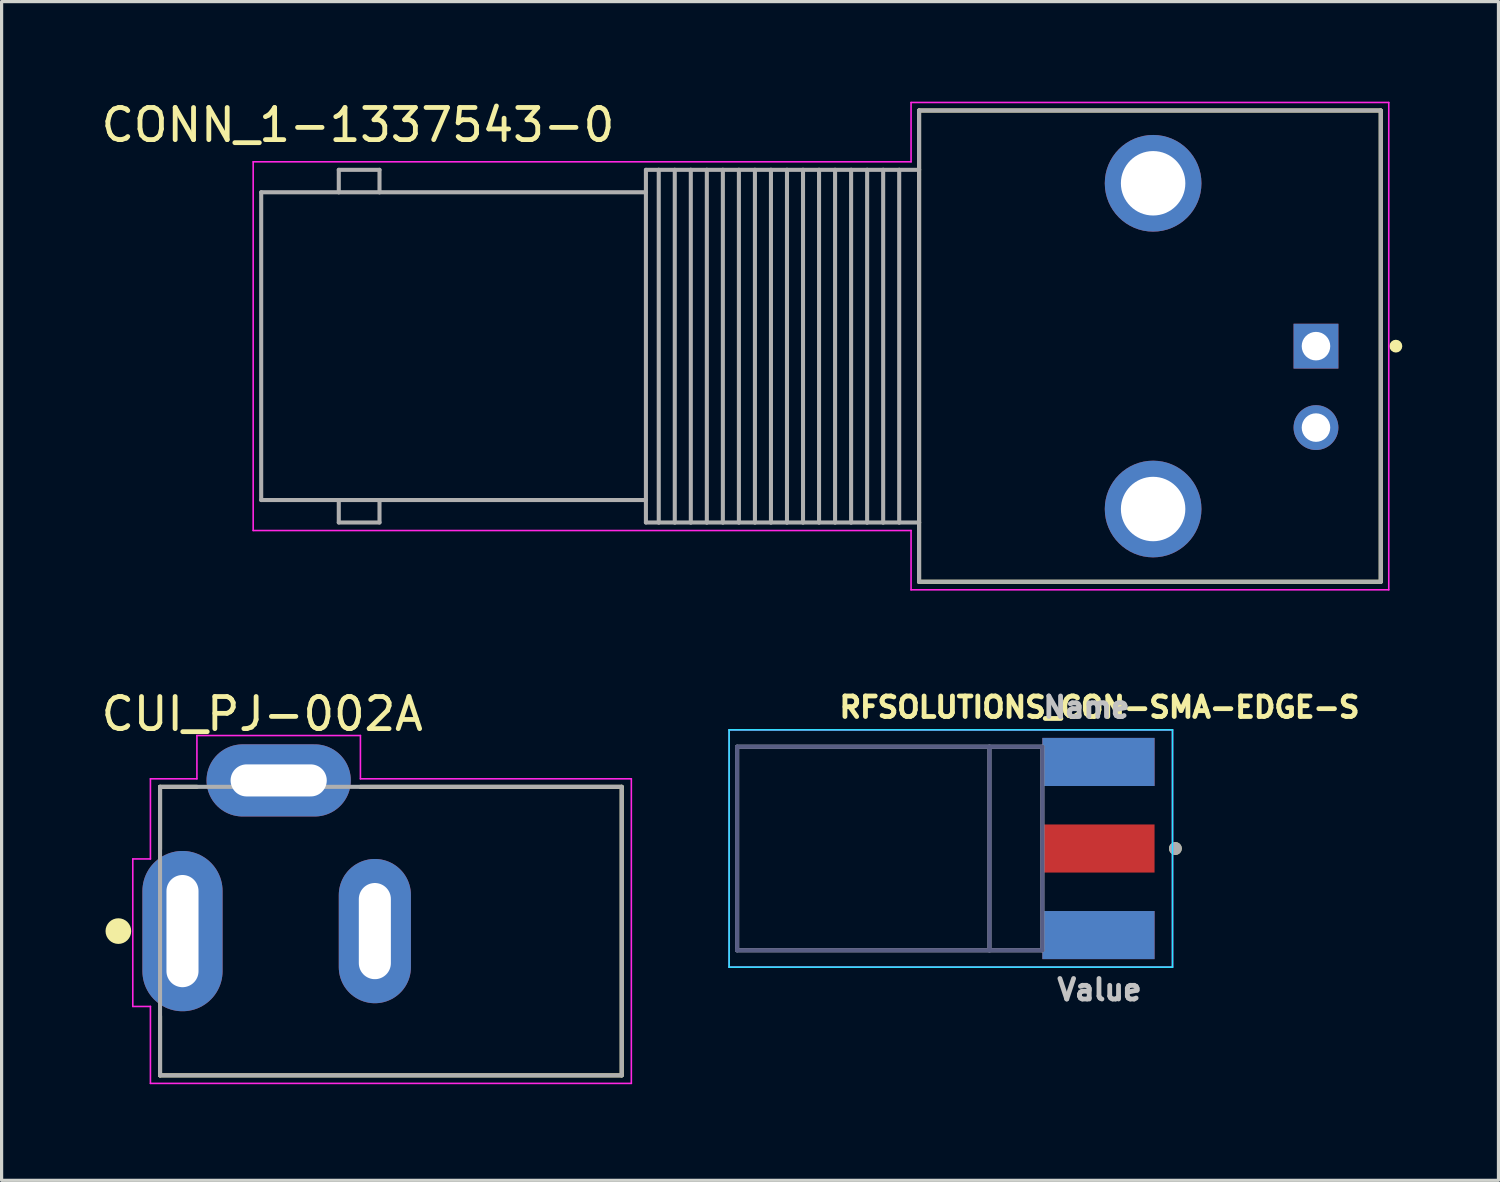
<source format=kicad_pcb>
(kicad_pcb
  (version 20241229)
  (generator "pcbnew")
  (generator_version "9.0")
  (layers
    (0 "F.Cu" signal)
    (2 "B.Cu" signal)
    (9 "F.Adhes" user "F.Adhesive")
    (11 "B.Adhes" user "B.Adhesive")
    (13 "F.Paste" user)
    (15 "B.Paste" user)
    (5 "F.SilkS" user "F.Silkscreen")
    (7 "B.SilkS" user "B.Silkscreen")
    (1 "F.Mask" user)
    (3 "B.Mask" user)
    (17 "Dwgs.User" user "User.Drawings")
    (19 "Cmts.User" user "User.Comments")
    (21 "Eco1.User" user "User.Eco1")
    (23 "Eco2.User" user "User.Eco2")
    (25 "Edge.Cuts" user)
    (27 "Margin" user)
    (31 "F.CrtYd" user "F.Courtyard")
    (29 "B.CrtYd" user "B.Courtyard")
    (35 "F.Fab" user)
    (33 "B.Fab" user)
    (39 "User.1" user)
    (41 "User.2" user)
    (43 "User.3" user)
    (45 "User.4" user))
  (footprint "CONN_1-1337543-0"
    (layer "F.Cu")
    (at 37.997 7.747)
    (property "Reference" "CONN_1-1337543-0" (at -29.881 -6.898 0) (layer "F.SilkS") (effects (font (size 1.002 1.002) (thickness 0.15))))
    (attr through_hole)
    (fp_line (start -12.38 -7.35) (end 2.02 -7.35) (stroke (width 0.127) (type solid)) (layer "F.SilkS"))
    (fp_line (start -12.38 -5.5) (end -12.38 -7.35) (stroke (width 0.127) (type solid)) (layer "F.SilkS"))
    (fp_line (start -12.38 5.5) (end -12.38 -5.5) (stroke (width 0.127) (type solid)) (layer "F.SilkS"))
    (fp_line (start -12.38 7.35) (end -12.38 5.5) (stroke (width 0.127) (type solid)) (layer "F.SilkS"))
    (fp_line (start 2.02 -7.35) (end 2.02 7.35) (stroke (width 0.127) (type solid)) (layer "F.SilkS"))
    (fp_line (start 2.02 7.35) (end -12.38 7.35) (stroke (width 0.127) (type solid)) (layer "F.SilkS"))
    (fp_circle (center 2.492 0) (end 2.592 0) (stroke (width 0.2) (type solid)) (fill no) (layer "F.SilkS"))
    (fp_line (start -33.15 -5.75) (end -12.63 -5.75) (stroke (width 0.05) (type solid)) (layer "F.CrtYd"))
    (fp_line (start -33.15 5.75) (end -33.15 -5.75) (stroke (width 0.05) (type solid)) (layer "F.CrtYd"))
    (fp_line (start -12.63 -7.6) (end 2.27 -7.6) (stroke (width 0.05) (type solid)) (layer "F.CrtYd"))
    (fp_line (start -12.63 -5.75) (end -12.63 -7.6) (stroke (width 0.05) (type solid)) (layer "F.CrtYd"))
    (fp_line (start -12.63 5.75) (end -33.15 5.75) (stroke (width 0.05) (type solid)) (layer "F.CrtYd"))
    (fp_line (start -12.63 7.6) (end -12.63 5.75) (stroke (width 0.05) (type solid)) (layer "F.CrtYd"))
    (fp_line (start 2.27 -7.6) (end 2.27 7.6) (stroke (width 0.05) (type solid)) (layer "F.CrtYd"))
    (fp_line (start 2.27 7.6) (end -12.63 7.6) (stroke (width 0.05) (type solid)) (layer "F.CrtYd"))
    (fp_line (start -32.9 -4.8) (end -32.9 4.8) (stroke (width 0.127) (type solid)) (layer "F.Fab"))
    (fp_line (start -32.9 4.8) (end -30.48 4.8) (stroke (width 0.127) (type solid)) (layer "F.Fab"))
    (fp_line (start -30.48 -5.5) (end -30.48 -4.8) (stroke (width 0.127) (type solid)) (layer "F.Fab"))
    (fp_line (start -30.48 -5.5) (end -29.21 -5.5) (stroke (width 0.127) (type solid)) (layer "F.Fab"))
    (fp_line (start -30.48 -4.8) (end -32.9 -4.8) (stroke (width 0.127) (type solid)) (layer "F.Fab"))
    (fp_line (start -30.48 4.8) (end -30.48 5.5) (stroke (width 0.127) (type solid)) (layer "F.Fab"))
    (fp_line (start -30.48 4.8) (end -29.21 4.8) (stroke (width 0.127) (type solid)) (layer "F.Fab"))
    (fp_line (start -30.48 5.5) (end -29.21 5.5) (stroke (width 0.127) (type solid)) (layer "F.Fab"))
    (fp_line (start -29.21 -5.5) (end -29.21 -4.8) (stroke (width 0.127) (type solid)) (layer "F.Fab"))
    (fp_line (start -29.21 -4.8) (end -30.48 -4.8) (stroke (width 0.127) (type solid)) (layer "F.Fab"))
    (fp_line (start -29.21 4.8) (end -20.9 4.8) (stroke (width 0.127) (type solid)) (layer "F.Fab"))
    (fp_line (start -29.21 5.5) (end -29.21 4.8) (stroke (width 0.127) (type solid)) (layer "F.Fab"))
    (fp_line (start -20.9 -5.5) (end -20.9 5.5) (stroke (width 0.127) (type solid)) (layer "F.Fab"))
    (fp_line (start -20.9 -4.8) (end -29.21 -4.8) (stroke (width 0.127) (type solid)) (layer "F.Fab"))
    (fp_line (start -20.9 5.5) (end -20.5 5.5) (stroke (width 0.127) (type solid)) (layer "F.Fab"))
    (fp_line (start -20.5 -5.5) (end -20.9 -5.5) (stroke (width 0.127) (type solid)) (layer "F.Fab"))
    (fp_line (start -20.5 -5.5) (end -20.5 5.5) (stroke (width 0.127) (type solid)) (layer "F.Fab"))
    (fp_line (start -20.5 5.5) (end -20 5.5) (stroke (width 0.127) (type solid)) (layer "F.Fab"))
    (fp_line (start -20 -5.5) (end -20.5 -5.5) (stroke (width 0.127) (type solid)) (layer "F.Fab"))
    (fp_line (start -20 -5.5) (end -20 5.5) (stroke (width 0.127) (type solid)) (layer "F.Fab"))
    (fp_line (start -20 5.5) (end -19.5 5.5) (stroke (width 0.127) (type solid)) (layer "F.Fab"))
    (fp_line (start -19.5 -5.5) (end -20 -5.5) (stroke (width 0.127) (type solid)) (layer "F.Fab"))
    (fp_line (start -19.5 -5.5) (end -19.5 5.5) (stroke (width 0.127) (type solid)) (layer "F.Fab"))
    (fp_line (start -19.5 5.5) (end -19 5.5) (stroke (width 0.127) (type solid)) (layer "F.Fab"))
    (fp_line (start -19 -5.5) (end -19.5 -5.5) (stroke (width 0.127) (type solid)) (layer "F.Fab"))
    (fp_line (start -19 -5.5) (end -19 5.5) (stroke (width 0.127) (type solid)) (layer "F.Fab"))
    (fp_line (start -19 5.5) (end -18.5 5.5) (stroke (width 0.127) (type solid)) (layer "F.Fab"))
    (fp_line (start -18.5 -5.5) (end -19 -5.5) (stroke (width 0.127) (type solid)) (layer "F.Fab"))
    (fp_line (start -18.5 -5.5) (end -18.5 5.5) (stroke (width 0.127) (type solid)) (layer "F.Fab"))
    (fp_line (start -18.5 5.5) (end -18 5.5) (stroke (width 0.127) (type solid)) (layer "F.Fab"))
    (fp_line (start -18 -5.5) (end -18.5 -5.5) (stroke (width 0.127) (type solid)) (layer "F.Fab"))
    (fp_line (start -18 -5.5) (end -18 5.5) (stroke (width 0.127) (type solid)) (layer "F.Fab"))
    (fp_line (start -18 5.5) (end -17.5 5.5) (stroke (width 0.127) (type solid)) (layer "F.Fab"))
    (fp_line (start -17.5 -5.5) (end -18 -5.5) (stroke (width 0.127) (type solid)) (layer "F.Fab"))
    (fp_line (start -17.5 -5.5) (end -17.5 5.5) (stroke (width 0.127) (type solid)) (layer "F.Fab"))
    (fp_line (start -17.5 5.5) (end -17 5.5) (stroke (width 0.127) (type solid)) (layer "F.Fab"))
    (fp_line (start -17 -5.5) (end -17.5 -5.5) (stroke (width 0.127) (type solid)) (layer "F.Fab"))
    (fp_line (start -17 -5.5) (end -17 5.5) (stroke (width 0.127) (type solid)) (layer "F.Fab"))
    (fp_line (start -17 5.5) (end -16.5 5.5) (stroke (width 0.127) (type solid)) (layer "F.Fab"))
    (fp_line (start -16.5 -5.5) (end -17 -5.5) (stroke (width 0.127) (type solid)) (layer "F.Fab"))
    (fp_line (start -16.5 -5.5) (end -16.5 5.5) (stroke (width 0.127) (type solid)) (layer "F.Fab"))
    (fp_line (start -16.5 5.5) (end -16 5.5) (stroke (width 0.127) (type solid)) (layer "F.Fab"))
    (fp_line (start -16 -5.5) (end -16.5 -5.5) (stroke (width 0.127) (type solid)) (layer "F.Fab"))
    (fp_line (start -16 -5.5) (end -16 5.5) (stroke (width 0.127) (type solid)) (layer "F.Fab"))
    (fp_line (start -16 5.5) (end -15.5 5.5) (stroke (width 0.127) (type solid)) (layer "F.Fab"))
    (fp_line (start -15.5 -5.5) (end -16 -5.5) (stroke (width 0.127) (type solid)) (layer "F.Fab"))
    (fp_line (start -15.5 -5.5) (end -15.5 5.5) (stroke (width 0.127) (type solid)) (layer "F.Fab"))
    (fp_line (start -15.5 5.5) (end -15 5.5) (stroke (width 0.127) (type solid)) (layer "F.Fab"))
    (fp_line (start -15 -5.5) (end -15.5 -5.5) (stroke (width 0.127) (type solid)) (layer "F.Fab"))
    (fp_line (start -15 -5.5) (end -15 5.5) (stroke (width 0.127) (type solid)) (layer "F.Fab"))
    (fp_line (start -15 5.5) (end -14.5 5.5) (stroke (width 0.127) (type solid)) (layer "F.Fab"))
    (fp_line (start -14.5 -5.5) (end -15 -5.5) (stroke (width 0.127) (type solid)) (layer "F.Fab"))
    (fp_line (start -14.5 -5.5) (end -14.5 5.5) (stroke (width 0.127) (type solid)) (layer "F.Fab"))
    (fp_line (start -14.5 5.5) (end -14 5.5) (stroke (width 0.127) (type solid)) (layer "F.Fab"))
    (fp_line (start -14 -5.5) (end -14.5 -5.5) (stroke (width 0.127) (type solid)) (layer "F.Fab"))
    (fp_line (start -14 -5.5) (end -14 5.5) (stroke (width 0.127) (type solid)) (layer "F.Fab"))
    (fp_line (start -14 5.5) (end -13.5 5.5) (stroke (width 0.127) (type solid)) (layer "F.Fab"))
    (fp_line (start -13.5 -5.5) (end -14 -5.5) (stroke (width 0.127) (type solid)) (layer "F.Fab"))
    (fp_line (start -13.5 -5.5) (end -13.5 5.5) (stroke (width 0.127) (type solid)) (layer "F.Fab"))
    (fp_line (start -13.5 5.5) (end -13 5.5) (stroke (width 0.127) (type solid)) (layer "F.Fab"))
    (fp_line (start -13 -5.5) (end -13.5 -5.5) (stroke (width 0.127) (type solid)) (layer "F.Fab"))
    (fp_line (start -13 -5.5) (end -13 5.5) (stroke (width 0.127) (type solid)) (layer "F.Fab"))
    (fp_line (start -13 5.5) (end -12.38 5.5) (stroke (width 0.127) (type solid)) (layer "F.Fab"))
    (fp_line (start -12.38 -7.35) (end 2.02 -7.35) (stroke (width 0.127) (type solid)) (layer "F.Fab"))
    (fp_line (start -12.38 -5.5) (end -13 -5.5) (stroke (width 0.127) (type solid)) (layer "F.Fab"))
    (fp_line (start -12.38 -5.5) (end -12.38 -7.35) (stroke (width 0.127) (type solid)) (layer "F.Fab"))
    (fp_line (start -12.38 5.5) (end -12.38 -5.5) (stroke (width 0.127) (type solid)) (layer "F.Fab"))
    (fp_line (start -12.38 7.35) (end -12.38 5.5) (stroke (width 0.127) (type solid)) (layer "F.Fab"))
    (fp_line (start 2.02 -7.35) (end 2.02 7.35) (stroke (width 0.127) (type solid)) (layer "F.Fab"))
    (fp_line (start 2.02 7.35) (end -12.38 7.35) (stroke (width 0.127) (type solid)) (layer "F.Fab"))
    (pad "1" thru_hole rect (at 0 0) (size 1.398 1.398) (drill 0.89) (layers "*.Cu" "*.Mask"))
    (pad "2" thru_hole circle (at 0 2.54) (size 1.398 1.398) (drill 0.89) (layers "*.Cu" "*.Mask"))
    (pad "P1" thru_hole circle (at -5.08 5.08) (size 3.015 3.015) (drill 2.01) (layers "*.Cu" "*.Mask"))
    (pad "P2" thru_hole circle (at -5.08 -5.08) (size 3.015 3.015) (drill 2.01) (layers "*.Cu" "*.Mask")))
  (footprint "RFSOLUTIONS_CON-SMA-EDGE-S"
    (layer "F.Cu")
    (at 31.212 23.416)
    (property "Reference" "RFSOLUTIONS_CON-SMA-EDGE-S" (at 0.032 -4.406 0) (layer "F.SilkS") (effects (font (size 0.64 0.64) (thickness 0.15))))
    (attr through_hole)
    (fp_circle (center 2.4 0) (end 2.5 0) (stroke (width 0.2) (type solid)) (fill no) (layer "F.SilkS"))
    (fp_line (start -11.52 -3.7) (end -11.52 3.7) (stroke (width 0.05) (type solid)) (layer "B.CrtYd"))
    (fp_line (start -11.52 3.7) (end 2.31 3.7) (stroke (width 0.05) (type solid)) (layer "B.CrtYd"))
    (fp_line (start 2.31 -3.7) (end -11.52 -3.7) (stroke (width 0.05) (type solid)) (layer "B.CrtYd"))
    (fp_line (start 2.31 3.7) (end 2.31 -3.7) (stroke (width 0.05) (type solid)) (layer "B.CrtYd"))
    (fp_line (start -11.52 -3.7) (end 2.31 -3.7) (stroke (width 0.05) (type solid)) (layer "F.CrtYd"))
    (fp_line (start -11.52 3.7) (end -11.52 -3.7) (stroke (width 0.05) (type solid)) (layer "F.CrtYd"))
    (fp_line (start 2.31 -3.7) (end 2.31 3.7) (stroke (width 0.05) (type solid)) (layer "F.CrtYd"))
    (fp_line (start 2.31 3.7) (end -11.52 3.7) (stroke (width 0.05) (type solid)) (layer "F.CrtYd"))
    (fp_line (start -11.27 -3.175) (end -3.4 -3.175) (stroke (width 0.127) (type solid)) (layer "B.Fab"))
    (fp_line (start -11.27 3.175) (end -11.27 -3.175) (stroke (width 0.127) (type solid)) (layer "B.Fab"))
    (fp_line (start -3.4 -3.175) (end -3.4 3.175) (stroke (width 0.127) (type solid)) (layer "B.Fab"))
    (fp_line (start -3.4 3.175) (end -11.27 3.175) (stroke (width 0.127) (type solid)) (layer "B.Fab"))
    (fp_line (start -3.4 3.175) (end -1.75 3.175) (stroke (width 0.127) (type solid)) (layer "B.Fab"))
    (fp_line (start -1.75 -3.175) (end -3.4 -3.175) (stroke (width 0.127) (type solid)) (layer "B.Fab"))
    (fp_line (start -1.75 3.175) (end -1.75 -3.175) (stroke (width 0.127) (type solid)) (layer "B.Fab"))
    (fp_line (start -11.27 -3.175) (end -11.27 3.175) (stroke (width 0.127) (type solid)) (layer "F.Fab"))
    (fp_line (start -11.27 3.175) (end -3.4 3.175) (stroke (width 0.127) (type solid)) (layer "F.Fab"))
    (fp_line (start -3.4 -3.175) (end -11.27 -3.175) (stroke (width 0.127) (type solid)) (layer "F.Fab"))
    (fp_line (start -3.4 -3.175) (end -1.75 -3.175) (stroke (width 0.127) (type solid)) (layer "F.Fab"))
    (fp_line (start -3.4 3.175) (end -3.4 -3.175) (stroke (width 0.127) (type solid)) (layer "F.Fab"))
    (fp_line (start -1.75 -3.175) (end -1.75 3.175) (stroke (width 0.127) (type solid)) (layer "F.Fab"))
    (fp_line (start -1.75 3.175) (end -3.4 3.175) (stroke (width 0.127) (type solid)) (layer "F.Fab"))
    (fp_circle (center 2.4 0) (end 2.5 0) (stroke (width 0.2) (type solid)) (fill no) (layer "F.Fab"))
    (fp_text user "Value" (at 0.032 4.406 0) (layer "Dwgs.User") (effects (font (size 0.64 0.64) (thickness 0.15))))
    (fp_text user "Name" (at -0.374 -4.406 0) (layer "Dwgs.User") (effects (font (size 0.64 0.64) (thickness 0.15))))
    (pad "1" smd rect (at 0 0) (size 3.5 1.5) (layers "F.Cu" "F.Mask" "F.Paste"))
    (pad "G1" smd rect (at 0 -2.7) (size 3.5 1.5) (layers "F.Cu" "F.Mask" "F.Paste"))
    (pad "G2" smd rect (at 0 2.7) (size 3.5 1.5) (layers "F.Cu" "F.Mask" "F.Paste"))
    (pad "G3" smd rect (at 0 -2.7) (size 3.5 1.5) (layers "B.Cu" "B.Mask" "B.Paste"))
    (pad "G4" smd rect (at 0 2.7) (size 3.5 1.5) (layers "B.Cu" "B.Mask" "B.Paste")))
  (footprint "CUI_PJ-002A"
    (layer "F.Cu")
    (at 2.642 25.992)
    (property "Reference" "CUI_PJ-002A" (at 2.487 -6.771 0) (layer "F.SilkS") (effects (font (size 1.001 1.001) (thickness 0.15))))
    (attr through_hole)
    (fp_line (start -0.7 -4.5) (end 0.45 -4.5) (stroke (width 0.127) (type solid)) (layer "F.SilkS"))
    (fp_line (start -0.7 -2.55) (end -0.7 -4.5) (stroke (width 0.127) (type solid)) (layer "F.SilkS"))
    (fp_line (start -0.7 4.5) (end -0.7 2.65) (stroke (width 0.127) (type solid)) (layer "F.SilkS"))
    (fp_line (start 5.55 -4.5) (end 13.7 -4.5) (stroke (width 0.127) (type solid)) (layer "F.SilkS"))
    (fp_line (start 13.7 -4.5) (end 13.7 4.5) (stroke (width 0.127) (type solid)) (layer "F.SilkS"))
    (fp_line (start 13.7 4.5) (end -0.7 4.5) (stroke (width 0.127) (type solid)) (layer "F.SilkS"))
    (fp_circle (center -2 0) (end -1.8 0) (stroke (width 0.4) (type solid)) (fill no) (layer "F.SilkS"))
    (fp_line (start -1.55 -2.25) (end -1.55 2.35) (stroke (width 0.05) (type solid)) (layer "F.CrtYd"))
    (fp_line (start -1.55 2.35) (end -1 2.35) (stroke (width 0.05) (type solid)) (layer "F.CrtYd"))
    (fp_line (start -1 -4.75) (end 0.45 -4.75) (stroke (width 0.05) (type solid)) (layer "F.CrtYd"))
    (fp_line (start -1 -2.25) (end -1.55 -2.25) (stroke (width 0.05) (type solid)) (layer "F.CrtYd"))
    (fp_line (start -1 -2.25) (end -1 -4.75) (stroke (width 0.05) (type solid)) (layer "F.CrtYd"))
    (fp_line (start -1 4.75) (end -1 2.35) (stroke (width 0.05) (type solid)) (layer "F.CrtYd"))
    (fp_line (start 0.45 -6.1) (end 5.55 -6.1) (stroke (width 0.05) (type solid)) (layer "F.CrtYd"))
    (fp_line (start 0.45 -4.75) (end 0.45 -6.1) (stroke (width 0.05) (type solid)) (layer "F.CrtYd"))
    (fp_line (start 5.55 -6.1) (end 5.55 -4.75) (stroke (width 0.05) (type solid)) (layer "F.CrtYd"))
    (fp_line (start 5.55 -4.75) (end 14 -4.75) (stroke (width 0.05) (type solid)) (layer "F.CrtYd"))
    (fp_line (start 14 -4.75) (end 14 4.75) (stroke (width 0.05) (type solid)) (layer "F.CrtYd"))
    (fp_line (start 14 4.75) (end -1 4.75) (stroke (width 0.05) (type solid)) (layer "F.CrtYd"))
    (fp_line (start -0.7 -4.5) (end 13.7 -4.5) (stroke (width 0.127) (type solid)) (layer "F.Fab"))
    (fp_line (start -0.7 4.5) (end -0.7 -4.5) (stroke (width 0.127) (type solid)) (layer "F.Fab"))
    (fp_line (start 13.7 -4.5) (end 13.7 4.5) (stroke (width 0.127) (type solid)) (layer "F.Fab"))
    (fp_line (start 13.7 4.5) (end -0.7 4.5) (stroke (width 0.127) (type solid)) (layer "F.Fab"))
    (pad "1" thru_hole oval (at 0 0) (size 2.5 5) (drill oval 1 3.5) (layers "*.Cu" "*.Mask"))
    (pad "2" thru_hole oval (at 6 0) (size 2.25 4.5) (drill oval 1 3) (layers "*.Cu" "*.Mask"))
    (pad "3" thru_hole oval (at 3 -4.7) (size 4.5 2.25) (drill oval 3 1) (layers "*.Cu" "*.Mask")))
  (gr_rect
    (start -3 -3)
    (end 43.689 33.767)
    (stroke (width 0.1) (type default))
    (fill no)
    (layer "Edge.Cuts")))
</source>
